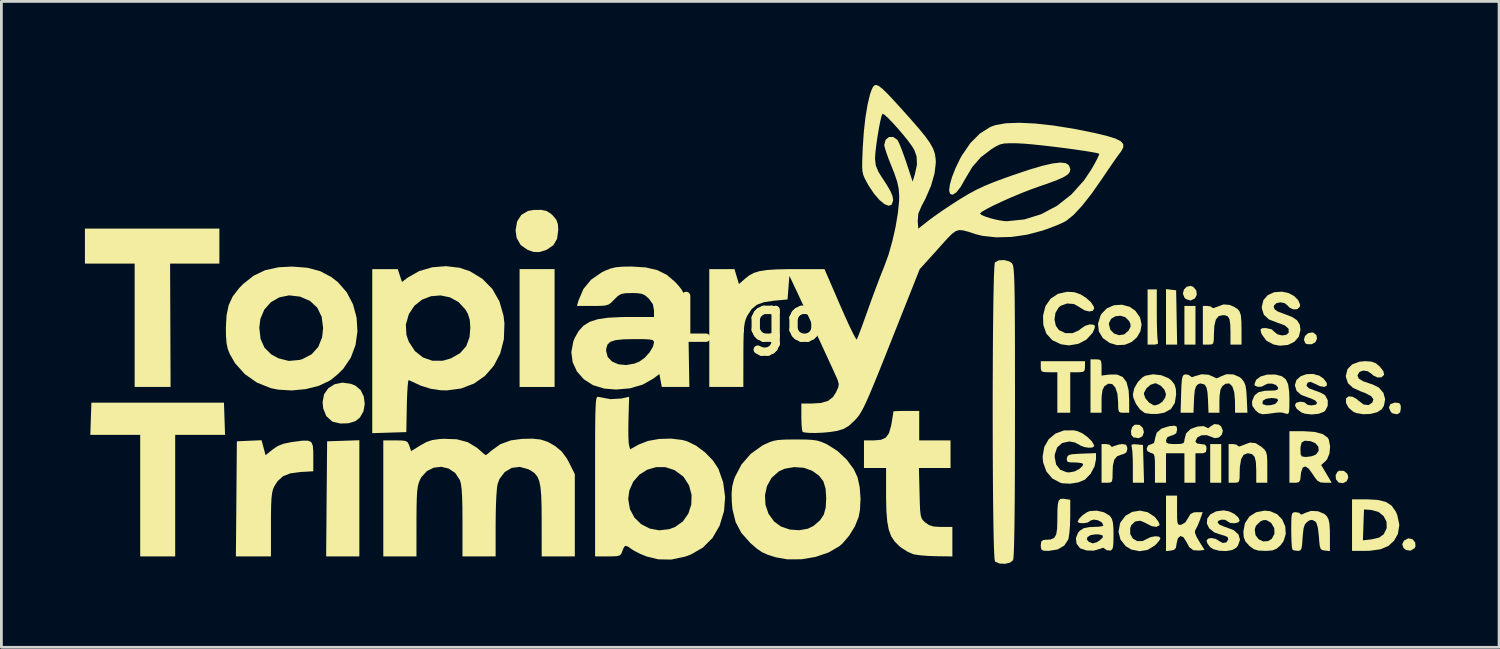
<source format=kicad_pcb>
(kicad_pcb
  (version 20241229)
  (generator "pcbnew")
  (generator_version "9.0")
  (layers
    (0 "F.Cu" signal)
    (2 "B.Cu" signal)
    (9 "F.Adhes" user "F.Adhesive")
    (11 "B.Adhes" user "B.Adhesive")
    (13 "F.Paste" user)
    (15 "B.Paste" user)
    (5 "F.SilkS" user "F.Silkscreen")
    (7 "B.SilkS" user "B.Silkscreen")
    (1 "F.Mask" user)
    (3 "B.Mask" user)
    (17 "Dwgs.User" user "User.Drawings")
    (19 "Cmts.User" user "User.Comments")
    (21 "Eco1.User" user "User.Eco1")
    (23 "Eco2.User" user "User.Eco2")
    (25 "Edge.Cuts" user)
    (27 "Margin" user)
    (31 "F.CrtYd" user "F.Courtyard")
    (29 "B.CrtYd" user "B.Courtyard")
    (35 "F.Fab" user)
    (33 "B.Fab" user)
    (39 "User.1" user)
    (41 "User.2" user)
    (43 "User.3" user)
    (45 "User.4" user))
  (footprint "Logo"
    (layer "F.Cu")
    (at 23.879 8.401)
    (property "Reference" "Logo" (at 0 0 0) (layer "F.SilkS") (effects (font (size 1.5 1.5) (thickness 0.3))))
    (attr board_only exclude_from_pos_files exclude_from_bom)
    (fp_poly (pts (xy -14.023 6.447) (xy -14.023 8.533) (xy -14.619 8.533) (xy -15.215 8.533) (xy -15.198 6.466) (xy -15.18 4.399) (xy -14.602 4.38) (xy -14.023 4.36)) (stroke (width 0) (type solid)) (fill yes) (layer "F.SilkS"))
    (fp_poly (pts (xy -7.011 0.331) (xy -7.011 2.447) (xy -7.64 2.447) (xy -8.268 2.447) (xy -8.268 0.331) (xy -8.268 -1.786) (xy -7.64 -1.786) (xy -7.011 -1.786)) (stroke (width 0) (type solid)) (fill yes) (layer "F.SilkS"))
    (fp_poly (pts (xy 15.131 -1.046) (xy 15.313 -1.025) (xy 15.331 -0.05) (xy 15.349 0.926) (xy 15.149 0.926) (xy 14.949 0.926) (xy 14.949 -0.071) (xy 14.949 -1.067)) (stroke (width 0) (type solid)) (fill yes) (layer "F.SilkS"))
    (fp_poly (pts (xy 16.007 0.232) (xy 16.007 0.926) (xy 15.809 0.926) (xy 15.61 0.926) (xy 15.61 0.232) (xy 15.61 -0.463) (xy 15.809 -0.463) (xy 16.007 -0.463)) (stroke (width 0) (type solid)) (fill yes) (layer "F.SilkS"))
    (fp_poly (pts (xy 16.933 5.192) (xy 16.933 5.887) (xy 16.735 5.887) (xy 16.536 5.887) (xy 16.536 5.192) (xy 16.536 4.498) (xy 16.735 4.498) (xy 16.933 4.498)) (stroke (width 0) (type solid)) (fill yes) (layer "F.SilkS"))
    (fp_poly (pts (xy 13.995 3.807) (xy 14.116 3.914) (xy 14.155 4.069) (xy 14.104 4.219) (xy 13.968 4.287) (xy 13.777 4.256) (xy 13.775 4.256) (xy 13.701 4.166) (xy 13.691 4.022) (xy 13.738 3.881) (xy 13.828 3.802)) (stroke (width 0) (type solid)) (fill yes) (layer "F.SilkS"))
    (fp_poly (pts (xy 21.337 5.461) (xy 21.461 5.564) (xy 21.497 5.694) (xy 21.442 5.83) (xy 21.312 5.902) (xy 21.159 5.884) (xy 21.148 5.878) (xy 21.053 5.765) (xy 21.04 5.618) (xy 21.106 5.493) (xy 21.17 5.456)) (stroke (width 0) (type solid)) (fill yes) (layer "F.SilkS"))
    (fp_poly (pts (xy 23.805 7.917) (xy 23.896 8.028) (xy 23.911 8.168) (xy 23.875 8.239) (xy 23.73 8.326) (xy 23.567 8.302) (xy 23.477 8.23) (xy 23.433 8.094) (xy 23.495 7.967) (xy 23.641 7.888) (xy 23.666 7.884)) (stroke (width 0) (type solid)) (fill yes) (layer "F.SilkS"))
    (fp_poly (pts (xy 15.925 -1.15) (xy 16.037 -1.02) (xy 16.054 -0.867) (xy 15.987 -0.733) (xy 15.846 -0.664) (xy 15.809 -0.661) (xy 15.669 -0.709) (xy 15.613 -0.757) (xy 15.555 -0.905) (xy 15.591 -1.049) (xy 15.693 -1.154) (xy 15.832 -1.184)) (stroke (width 0) (type solid)) (fill yes) (layer "F.SilkS"))
    (fp_poly (pts (xy 20.241 0.496) (xy 20.35 0.583) (xy 20.372 0.714) (xy 20.314 0.839) (xy 20.186 0.91) (xy 20.172 0.913) (xy 20.028 0.911) (xy 19.957 0.885) (xy 19.901 0.755) (xy 19.94 0.62) (xy 20.048 0.517) (xy 20.196 0.487)) (stroke (width 0) (type solid)) (fill yes) (layer "F.SilkS"))
    (fp_poly (pts (xy 23.325 3.026) (xy 23.377 3.104) (xy 23.383 3.208) (xy 23.358 3.36) (xy 23.268 3.422) (xy 23.244 3.426) (xy 23.094 3.399) (xy 23.024 3.347) (xy 22.955 3.192) (xy 23.002 3.069) (xy 23.152 3.011) (xy 23.185 3.01)) (stroke (width 0) (type solid)) (fill yes) (layer "F.SilkS"))
    (fp_poly (pts (xy 13.898 4.51) (xy 14.122 4.531) (xy 14.141 5.209) (xy 14.16 5.887) (xy 13.959 5.887) (xy 13.758 5.887) (xy 13.758 5.297) (xy 13.754 5.019) (xy 13.742 4.784) (xy 13.724 4.629) (xy 13.716 4.598) (xy 13.709 4.525) (xy 13.786 4.503)) (stroke (width 0) (type solid)) (fill yes) (layer "F.SilkS"))
    (fp_poly (pts (xy 14.618 -0.171) (xy 14.621 0.166) (xy 14.629 0.461) (xy 14.641 0.685) (xy 14.655 0.811) (xy 14.658 0.821) (xy 14.658 0.896) (xy 14.562 0.924) (xy 14.493 0.926) (xy 14.287 0.926) (xy 14.287 -0.066) (xy 14.287 -1.058) (xy 14.453 -1.058) (xy 14.618 -1.058)) (stroke (width 0) (type solid)) (fill yes) (layer "F.SilkS"))
    (fp_poly (pts (xy -19.05 -2.613) (xy -19.05 -1.984) (xy -19.935 -1.984) (xy -20.82 -1.984) (xy -20.811 0.231) (xy -20.803 2.447) (xy -21.448 2.447) (xy -22.093 2.447) (xy -22.093 0.232) (xy -22.093 -1.984) (xy -22.986 -1.984) (xy -23.879 -1.984) (xy -23.879 -2.613) (xy -23.879 -3.241) (xy -21.464 -3.241) (xy -19.05 -3.241)) (stroke (width 0) (type solid)) (fill yes) (layer "F.SilkS"))
    (fp_poly (pts (xy -18.866 3.588) (xy -18.846 4.167) (xy -19.742 4.167) (xy -20.637 4.167) (xy -20.637 6.35) (xy -20.637 8.533) (xy -21.266 8.533) (xy -21.894 8.533) (xy -21.894 6.35) (xy -21.894 4.167) (xy -22.79 4.167) (xy -23.685 4.167) (xy -23.666 3.588) (xy -23.647 3.01) (xy -21.266 3.01) (xy -18.885 3.01)) (stroke (width 0) (type solid)) (fill yes) (layer "F.SilkS"))
    (fp_poly (pts (xy -14.327 2.334) (xy -14.166 2.398) (xy -13.974 2.561) (xy -13.862 2.794) (xy -13.829 3.06) (xy -13.876 3.323) (xy -14.003 3.547) (xy -14.165 3.676) (xy -14.416 3.751) (xy -14.704 3.76) (xy -14.961 3.701) (xy -15.008 3.678) (xy -15.212 3.492) (xy -15.322 3.214) (xy -15.343 2.988) (xy -15.289 2.708) (xy -15.136 2.491) (xy -14.909 2.348) (xy -14.631 2.291)) (stroke (width 0) (type solid)) (fill yes) (layer "F.SilkS"))
    (fp_poly (pts (xy 12.039 1.72) (xy 12.028 1.847) (xy 11.971 1.904) (xy 11.831 1.918) (xy 11.774 1.918) (xy 11.509 1.918) (xy 11.509 2.646) (xy 11.509 3.373) (xy 11.278 3.373) (xy 11.046 3.373) (xy 11.046 2.646) (xy 11.046 1.918) (xy 10.749 1.918) (xy 10.566 1.912) (xy 10.479 1.879) (xy 10.453 1.795) (xy 10.451 1.72) (xy 10.451 1.521) (xy 11.245 1.521) (xy 12.039 1.521)) (stroke (width 0) (type solid)) (fill yes) (layer "F.SilkS"))
    (fp_poly (pts (xy -7.304 -3.875) (xy -7.153 -3.783) (xy -7.073 -3.709) (xy -6.947 -3.558) (xy -6.891 -3.396) (xy -6.879 -3.195) (xy -6.921 -2.876) (xy -7.053 -2.646) (xy -7.286 -2.486) (xy -7.316 -2.473) (xy -7.556 -2.397) (xy -7.764 -2.402) (xy -7.982 -2.478) (xy -8.228 -2.651) (xy -8.374 -2.905) (xy -8.412 -3.181) (xy -8.356 -3.499) (xy -8.204 -3.734) (xy -7.965 -3.875) (xy -7.761 -3.911) (xy -7.491 -3.913)) (stroke (width 0) (type solid)) (fill yes) (layer "F.SilkS"))
    (fp_poly (pts (xy 12.924 4.521) (xy 12.965 4.566) (xy 13.005 4.601) (xy 13.093 4.566) (xy 13.261 4.512) (xy 13.39 4.498) (xy 13.518 4.524) (xy 13.559 4.626) (xy 13.56 4.665) (xy 13.531 4.792) (xy 13.42 4.858) (xy 13.359 4.872) (xy 13.194 4.935) (xy 13.092 5.057) (xy 13.042 5.265) (xy 13.031 5.519) (xy 13.028 5.728) (xy 13.006 5.838) (xy 12.949 5.88) (xy 12.84 5.887) (xy 12.832 5.887) (xy 12.634 5.887) (xy 12.634 5.192) (xy 12.634 4.498) (xy 12.799 4.498)) (stroke (width 0) (type solid)) (fill yes) (layer "F.SilkS"))
    (fp_poly (pts (xy 11.313 6.469) (xy 11.509 6.497) (xy 11.509 7.108) (xy 11.501 7.407) (xy 11.48 7.678) (xy 11.45 7.879) (xy 11.436 7.93) (xy 11.295 8.144) (xy 11.056 8.283) (xy 10.738 8.334) (xy 10.719 8.334) (xy 10.548 8.327) (xy 10.471 8.285) (xy 10.452 8.182) (xy 10.451 8.136) (xy 10.469 7.994) (xy 10.544 7.942) (xy 10.621 7.937) (xy 10.808 7.924) (xy 10.932 7.868) (xy 11.004 7.748) (xy 11.038 7.54) (xy 11.046 7.225) (xy 11.046 7.213) (xy 11.049 6.881) (xy 11.063 6.661) (xy 11.095 6.531) (xy 11.153 6.471) (xy 11.245 6.461)) (stroke (width 0) (type solid)) (fill yes) (layer "F.SilkS"))
    (fp_poly (pts (xy 22.558 6.504) (xy 22.845 6.575) (xy 23.051 6.709) (xy 23.198 6.917) (xy 23.254 7.044) (xy 23.329 7.399) (xy 23.277 7.726) (xy 23.138 7.972) (xy 22.929 8.161) (xy 22.645 8.278) (xy 22.268 8.33) (xy 22.095 8.334) (xy 21.63 8.334) (xy 21.63 7.955) (xy 22.021 7.955) (xy 22.335 7.92) (xy 22.605 7.856) (xy 22.768 7.738) (xy 22.875 7.517) (xy 22.87 7.29) (xy 22.766 7.087) (xy 22.579 6.935) (xy 22.324 6.865) (xy 22.06 6.846) (xy 22.04 7.401) (xy 22.021 7.955) (xy 21.63 7.955) (xy 21.63 7.408) (xy 21.63 6.482) (xy 22.168 6.482)) (stroke (width 0) (type solid)) (fill yes) (layer "F.SilkS"))
    (fp_poly (pts (xy -17.463 4.628) (xy -17.391 4.897) (xy -17.136 4.692) (xy -16.957 4.57) (xy -16.757 4.489) (xy -16.487 4.432) (xy -16.384 4.417) (xy -16.073 4.377) (xy -15.87 4.375) (xy -15.751 4.427) (xy -15.695 4.55) (xy -15.678 4.763) (xy -15.677 4.951) (xy -15.677 5.475) (xy -16.137 5.501) (xy -16.501 5.549) (xy -16.767 5.655) (xy -16.964 5.834) (xy -17.082 6.024) (xy -17.126 6.129) (xy -17.157 6.262) (xy -17.178 6.445) (xy -17.191 6.7) (xy -17.197 7.047) (xy -17.198 7.392) (xy -17.198 8.533) (xy -17.827 8.533) (xy -18.457 8.533) (xy -18.439 6.466) (xy -18.422 4.399) (xy -17.978 4.379) (xy -17.535 4.36)) (stroke (width 0) (type solid)) (fill yes) (layer "F.SilkS"))
    (fp_poly (pts (xy 12.558 1.464) (xy 12.616 1.515) (xy 12.633 1.644) (xy 12.634 1.747) (xy 12.634 2.038) (xy 12.902 2.002) (xy 13.186 2) (xy 13.393 2.087) (xy 13.531 2.272) (xy 13.606 2.564) (xy 13.626 2.914) (xy 13.626 3.373) (xy 13.428 3.373) (xy 13.316 3.368) (xy 13.257 3.33) (xy 13.233 3.228) (xy 13.229 3.03) (xy 13.229 2.991) (xy 13.202 2.686) (xy 13.127 2.465) (xy 13.016 2.342) (xy 12.877 2.328) (xy 12.738 2.419) (xy 12.671 2.547) (xy 12.638 2.773) (xy 12.634 2.948) (xy 12.634 3.373) (xy 12.435 3.373) (xy 12.237 3.373) (xy 12.237 2.414) (xy 12.237 1.455) (xy 12.435 1.455)) (stroke (width 0) (type solid)) (fill yes) (layer "F.SilkS"))
    (fp_poly (pts (xy 17.237 -0.499) (xy 17.392 -0.432) (xy 17.513 -0.357) (xy 17.592 -0.264) (xy 17.637 -0.124) (xy 17.656 0.092) (xy 17.661 0.402) (xy 17.661 0.926) (xy 17.462 0.926) (xy 17.264 0.926) (xy 17.264 0.502) (xy 17.257 0.205) (xy 17.23 0.017) (xy 17.172 -0.086) (xy 17.074 -0.127) (xy 16.991 -0.132) (xy 16.839 -0.095) (xy 16.739 0.028) (xy 16.684 0.25) (xy 16.669 0.567) (xy 16.665 0.773) (xy 16.643 0.88) (xy 16.584 0.92) (xy 16.47 0.926) (xy 16.272 0.926) (xy 16.272 0.232) (xy 16.272 -0.463) (xy 16.437 -0.463) (xy 16.562 -0.442) (xy 16.603 -0.401) (xy 16.652 -0.384) (xy 16.773 -0.428) (xy 16.785 -0.433) (xy 17.019 -0.518)) (stroke (width 0) (type solid)) (fill yes) (layer "F.SilkS"))
    (fp_poly (pts (xy 18.167 4.465) (xy 18.378 4.599) (xy 18.383 4.603) (xy 18.483 4.693) (xy 18.543 4.781) (xy 18.574 4.902) (xy 18.585 5.091) (xy 18.587 5.331) (xy 18.587 5.887) (xy 18.389 5.887) (xy 18.19 5.887) (xy 18.19 5.437) (xy 18.177 5.142) (xy 18.129 4.956) (xy 18.037 4.859) (xy 17.889 4.829) (xy 17.878 4.829) (xy 17.738 4.881) (xy 17.647 5.042) (xy 17.601 5.319) (xy 17.595 5.527) (xy 17.591 5.734) (xy 17.569 5.841) (xy 17.51 5.881) (xy 17.396 5.887) (xy 17.198 5.887) (xy 17.198 5.192) (xy 17.198 4.498) (xy 17.363 4.498) (xy 17.488 4.521) (xy 17.529 4.566) (xy 17.579 4.586) (xy 17.706 4.542) (xy 17.724 4.533) (xy 17.964 4.444)) (stroke (width 0) (type solid)) (fill yes) (layer "F.SilkS"))
    (fp_poly (pts (xy 13.644 -0.432) (xy 13.849 -0.289) (xy 14.017 -0.047) (xy 14.072 0.206) (xy 14.029 0.45) (xy 13.904 0.665) (xy 13.712 0.833) (xy 13.47 0.932) (xy 13.191 0.945) (xy 12.93 0.869) (xy 12.68 0.692) (xy 12.536 0.452) (xy 12.509 0.194) (xy 12.898 0.194) (xy 12.951 0.394) (xy 13.085 0.529) (xy 13.262 0.588) (xy 13.446 0.559) (xy 13.599 0.429) (xy 13.604 0.422) (xy 13.677 0.285) (xy 13.668 0.172) (xy 13.62 0.075) (xy 13.486 -0.059) (xy 13.308 -0.112) (xy 13.126 -0.09) (xy 12.977 -0.000158) (xy 12.901 0.152) (xy 12.898 0.194) (xy 12.509 0.194) (xy 12.507 0.173) (xy 12.598 -0.12) (xy 12.629 -0.175) (xy 12.822 -0.376) (xy 13.08 -0.488) (xy 13.366 -0.507)) (stroke (width 0) (type solid)) (fill yes) (layer "F.SilkS"))
    (fp_poly (pts (xy 15.346 6.884) (xy 15.348 7.147) (xy 15.358 7.304) (xy 15.385 7.38) (xy 15.436 7.401) (xy 15.495 7.396) (xy 15.64 7.313) (xy 15.738 7.16) (xy 15.827 7.01) (xy 15.945 6.952) (xy 16.049 6.945) (xy 16.266 6.945) (xy 16.169 7.221) (xy 16.093 7.41) (xy 16.022 7.552) (xy 16.003 7.579) (xy 15.984 7.67) (xy 16.043 7.824) (xy 16.134 7.982) (xy 16.333 8.301) (xy 16.133 8.322) (xy 15.931 8.309) (xy 15.786 8.203) (xy 15.676 8.001) (xy 15.571 7.839) (xy 15.462 7.801) (xy 15.374 7.884) (xy 15.333 8.053) (xy 15.306 8.22) (xy 15.241 8.297) (xy 15.131 8.322) (xy 14.949 8.343) (xy 14.949 7.347) (xy 14.949 6.35) (xy 15.147 6.35) (xy 15.346 6.35)) (stroke (width 0) (type solid)) (fill yes) (layer "F.SilkS"))
    (fp_poly (pts (xy 14.289 6.945) (xy 14.534 7.105) (xy 14.571 7.143) (xy 14.676 7.284) (xy 14.719 7.39) (xy 14.715 7.412) (xy 14.609 7.471) (xy 14.441 7.449) (xy 14.25 7.353) (xy 14.231 7.339) (xy 14.029 7.251) (xy 13.843 7.277) (xy 13.705 7.407) (xy 13.664 7.51) (xy 13.663 7.728) (xy 13.759 7.893) (xy 13.919 7.984) (xy 14.114 7.98) (xy 14.258 7.907) (xy 14.396 7.84) (xy 14.556 7.81) (xy 14.69 7.82) (xy 14.75 7.873) (xy 14.751 7.878) (xy 14.706 7.965) (xy 14.594 8.095) (xy 14.545 8.142) (xy 14.289 8.298) (xy 13.994 8.346) (xy 13.701 8.286) (xy 13.501 8.165) (xy 13.314 7.929) (xy 13.243 7.649) (xy 13.296 7.354) (xy 13.317 7.305) (xy 13.493 7.073) (xy 13.735 6.934) (xy 14.011 6.889)) (stroke (width 0) (type solid)) (fill yes) (layer "F.SilkS"))
    (fp_poly (pts (xy 18.683 6.907) (xy 18.938 7.015) (xy 19.124 7.208) (xy 19.232 7.456) (xy 19.25 7.726) (xy 19.171 7.986) (xy 19.055 8.141) (xy 18.918 8.258) (xy 18.776 8.316) (xy 18.574 8.334) (xy 18.5 8.334) (xy 18.267 8.323) (xy 18.107 8.275) (xy 17.964 8.171) (xy 17.933 8.142) (xy 17.799 7.994) (xy 17.74 7.839) (xy 17.727 7.641) (xy 17.742 7.565) (xy 18.136 7.565) (xy 18.164 7.769) (xy 18.278 7.918) (xy 18.442 7.996) (xy 18.623 7.981) (xy 18.748 7.9) (xy 18.844 7.721) (xy 18.837 7.518) (xy 18.733 7.341) (xy 18.679 7.298) (xy 18.541 7.225) (xy 18.428 7.234) (xy 18.331 7.282) (xy 18.177 7.435) (xy 18.136 7.565) (xy 17.742 7.565) (xy 17.785 7.337) (xy 17.944 7.1) (xy 18.185 6.946) (xy 18.488 6.889)) (stroke (width 0) (type solid)) (fill yes) (layer "F.SilkS"))
    (fp_poly (pts (xy 14.777 2.025) (xy 15.037 2.131) (xy 15.139 2.21) (xy 15.252 2.353) (xy 15.303 2.52) (xy 15.313 2.712) (xy 15.266 3.022) (xy 15.124 3.241) (xy 14.884 3.372) (xy 14.641 3.415) (xy 14.417 3.416) (xy 14.227 3.392) (xy 14.172 3.375) (xy 14.014 3.253) (xy 13.871 3.055) (xy 13.777 2.835) (xy 13.759 2.712) (xy 13.762 2.7) (xy 14.155 2.7) (xy 14.209 2.855) (xy 14.337 3.004) (xy 14.492 3.098) (xy 14.555 3.109) (xy 14.697 3.064) (xy 14.817 2.977) (xy 14.916 2.833) (xy 14.949 2.712) (xy 14.893 2.547) (xy 14.758 2.4) (xy 14.593 2.319) (xy 14.552 2.315) (xy 14.392 2.369) (xy 14.245 2.498) (xy 14.161 2.654) (xy 14.155 2.7) (xy 13.762 2.7) (xy 13.81 2.49) (xy 13.941 2.265) (xy 14.115 2.093) (xy 14.205 2.043) (xy 14.481 1.992)) (stroke (width 0) (type solid)) (fill yes) (layer "F.SilkS"))
    (fp_poly (pts (xy 11.658 -0.956) (xy 11.869 -0.884) (xy 12.08 -0.753) (xy 12.255 -0.594) (xy 12.357 -0.435) (xy 12.369 -0.37) (xy 12.318 -0.287) (xy 12.192 -0.265) (xy 12.031 -0.303) (xy 11.876 -0.395) (xy 11.859 -0.41) (xy 11.645 -0.531) (xy 11.4 -0.552) (xy 11.173 -0.471) (xy 11.096 -0.41) (xy 10.978 -0.214) (xy 10.944 0.023) (xy 10.992 0.249) (xy 11.105 0.404) (xy 11.337 0.514) (xy 11.593 0.515) (xy 11.826 0.41) (xy 11.879 0.364) (xy 12.037 0.254) (xy 12.209 0.2) (xy 12.348 0.213) (xy 12.395 0.253) (xy 12.386 0.339) (xy 12.32 0.484) (xy 12.303 0.514) (xy 12.087 0.749) (xy 11.796 0.899) (xy 11.465 0.954) (xy 11.179 0.915) (xy 10.865 0.767) (xy 10.652 0.534) (xy 10.542 0.22) (xy 10.532 -0.112) (xy 10.618 -0.455) (xy 10.803 -0.722) (xy 11.069 -0.898) (xy 11.4 -0.972)) (stroke (width 0) (type solid)) (fill yes) (layer "F.SilkS"))
    (fp_poly (pts (xy 17.217 6.916) (xy 17.407 7.01) (xy 17.547 7.134) (xy 17.595 7.248) (xy 17.54 7.312) (xy 17.413 7.342) (xy 17.271 7.334) (xy 17.171 7.285) (xy 17.165 7.276) (xy 17.073 7.219) (xy 16.942 7.212) (xy 16.833 7.252) (xy 16.801 7.308) (xy 16.864 7.39) (xy 17.039 7.465) (xy 17.1 7.482) (xy 17.383 7.592) (xy 17.553 7.747) (xy 17.606 7.933) (xy 17.535 8.139) (xy 17.475 8.219) (xy 17.329 8.303) (xy 17.11 8.34) (xy 16.868 8.33) (xy 16.652 8.275) (xy 16.536 8.202) (xy 16.438 8.071) (xy 16.404 7.971) (xy 16.457 7.895) (xy 16.582 7.872) (xy 16.731 7.902) (xy 16.847 7.974) (xy 16.985 8.05) (xy 17.113 8.031) (xy 17.185 7.924) (xy 17.16 7.838) (xy 17.031 7.782) (xy 16.97 7.768) (xy 16.684 7.672) (xy 16.5 7.524) (xy 16.416 7.35) (xy 16.43 7.174) (xy 16.542 7.021) (xy 16.75 6.914) (xy 17.019 6.879)) (stroke (width 0) (type solid)) (fill yes) (layer "F.SilkS"))
    (fp_poly (pts (xy 20.283 4.061) (xy 20.576 4.139) (xy 20.755 4.266) (xy 20.795 4.336) (xy 20.843 4.582) (xy 20.82 4.837) (xy 20.733 5.048) (xy 20.679 5.11) (xy 20.523 5.25) (xy 20.711 5.568) (xy 20.899 5.887) (xy 20.652 5.887) (xy 20.499 5.875) (xy 20.391 5.818) (xy 20.287 5.688) (xy 20.222 5.585) (xy 20.072 5.379) (xy 19.948 5.3) (xy 19.856 5.345) (xy 19.8 5.516) (xy 19.79 5.606) (xy 19.77 5.783) (xy 19.724 5.864) (xy 19.623 5.886) (xy 19.575 5.887) (xy 19.381 5.887) (xy 19.381 4.961) (xy 19.381 4.7) (xy 19.778 4.7) (xy 19.785 4.868) (xy 19.829 4.942) (xy 19.943 4.96) (xy 19.996 4.961) (xy 20.188 4.934) (xy 20.337 4.872) (xy 20.432 4.74) (xy 20.419 4.592) (xy 20.313 4.465) (xy 20.145 4.395) (xy 19.938 4.377) (xy 19.825 4.435) (xy 19.781 4.591) (xy 19.778 4.7) (xy 19.381 4.7) (xy 19.381 4.035) (xy 19.88 4.035)) (stroke (width 0) (type solid)) (fill yes) (layer "F.SilkS"))
    (fp_poly (pts (xy 20.408 6.911) (xy 20.629 7.002) (xy 20.72 7.083) (xy 20.782 7.192) (xy 20.818 7.353) (xy 20.834 7.598) (xy 20.836 7.784) (xy 20.836 8.343) (xy 20.654 8.322) (xy 20.56 8.305) (xy 20.503 8.259) (xy 20.47 8.156) (xy 20.45 7.966) (xy 20.439 7.819) (xy 20.405 7.513) (xy 20.352 7.331) (xy 20.307 7.275) (xy 20.196 7.219) (xy 20.105 7.237) (xy 20.008 7.302) (xy 19.935 7.387) (xy 19.889 7.532) (xy 19.862 7.768) (xy 19.855 7.864) (xy 19.838 8.109) (xy 19.814 8.25) (xy 19.773 8.316) (xy 19.704 8.334) (xy 19.682 8.334) (xy 19.546 8.316) (xy 19.491 8.29) (xy 19.472 8.209) (xy 19.457 8.027) (xy 19.449 7.773) (xy 19.447 7.596) (xy 19.448 7.299) (xy 19.455 7.109) (xy 19.475 7.004) (xy 19.513 6.957) (xy 19.576 6.946) (xy 19.612 6.945) (xy 19.737 6.968) (xy 19.778 7.013) (xy 19.824 7.029) (xy 19.936 6.977) (xy 19.944 6.971) (xy 20.16 6.898)) (stroke (width 0) (type solid)) (fill yes) (layer "F.SilkS"))
    (fp_poly (pts (xy 20.454 2.041) (xy 20.611 2.15) (xy 20.722 2.301) (xy 20.724 2.402) (xy 20.636 2.445) (xy 20.474 2.417) (xy 20.301 2.334) (xy 20.145 2.265) (xy 20.048 2.284) (xy 20.035 2.295) (xy 19.992 2.4) (xy 20.08 2.494) (xy 20.299 2.577) (xy 20.307 2.58) (xy 20.5 2.65) (xy 20.648 2.734) (xy 20.668 2.752) (xy 20.758 2.924) (xy 20.757 3.125) (xy 20.667 3.298) (xy 20.623 3.337) (xy 20.433 3.41) (xy 20.184 3.435) (xy 19.94 3.408) (xy 19.811 3.361) (xy 19.645 3.233) (xy 19.58 3.111) (xy 19.618 3.018) (xy 19.76 2.977) (xy 19.778 2.977) (xy 19.917 2.996) (xy 19.976 3.042) (xy 19.976 3.043) (xy 20.034 3.089) (xy 20.172 3.109) (xy 20.174 3.109) (xy 20.331 3.083) (xy 20.376 3.019) (xy 20.314 2.937) (xy 20.153 2.859) (xy 20.092 2.841) (xy 19.806 2.733) (xy 19.639 2.588) (xy 19.58 2.397) (xy 19.579 2.375) (xy 19.636 2.194) (xy 19.785 2.062) (xy 19.993 1.988) (xy 20.227 1.979)) (stroke (width 0) (type solid)) (fill yes) (layer "F.SilkS"))
    (fp_poly (pts (xy 19.346 -0.927) (xy 19.546 -0.822) (xy 19.695 -0.673) (xy 19.763 -0.515) (xy 19.754 -0.43) (xy 19.663 -0.347) (xy 19.521 -0.34) (xy 19.382 -0.405) (xy 19.327 -0.467) (xy 19.213 -0.562) (xy 19.06 -0.593) (xy 18.916 -0.564) (xy 18.828 -0.479) (xy 18.818 -0.43) (xy 18.851 -0.34) (xy 18.964 -0.262) (xy 19.176 -0.183) (xy 19.472 -0.07) (xy 19.658 0.054) (xy 19.753 0.208) (xy 19.778 0.396) (xy 19.72 0.639) (xy 19.561 0.824) (xy 19.327 0.937) (xy 19.042 0.965) (xy 18.813 0.923) (xy 18.552 0.783) (xy 18.385 0.552) (xy 18.359 0.48) (xy 18.343 0.378) (xy 18.401 0.338) (xy 18.534 0.331) (xy 18.742 0.375) (xy 18.836 0.463) (xy 18.952 0.557) (xy 19.113 0.596) (xy 19.266 0.576) (xy 19.357 0.495) (xy 19.35 0.354) (xy 19.215 0.235) (xy 18.953 0.14) (xy 18.948 0.138) (xy 18.647 0.023) (xy 18.464 -0.146) (xy 18.391 -0.375) (xy 18.389 -0.43) (xy 18.446 -0.671) (xy 18.602 -0.85) (xy 18.834 -0.956) (xy 19.118 -0.975)) (stroke (width 0) (type solid)) (fill yes) (layer "F.SilkS"))
    (fp_poly (pts (xy 22.326 1.536) (xy 22.482 1.593) (xy 22.627 1.715) (xy 22.755 1.878) (xy 22.783 2.004) (xy 22.78 2.012) (xy 22.688 2.1) (xy 22.541 2.106) (xy 22.389 2.032) (xy 22.34 1.984) (xy 22.195 1.882) (xy 22.033 1.858) (xy 21.898 1.906) (xy 21.83 2.023) (xy 21.828 2.05) (xy 21.876 2.149) (xy 22.027 2.241) (xy 22.294 2.334) (xy 22.357 2.351) (xy 22.6 2.473) (xy 22.758 2.662) (xy 22.82 2.89) (xy 22.774 3.125) (xy 22.699 3.244) (xy 22.539 3.352) (xy 22.301 3.414) (xy 22.034 3.426) (xy 21.784 3.384) (xy 21.676 3.338) (xy 21.509 3.197) (xy 21.414 3.022) (xy 21.414 2.861) (xy 21.501 2.786) (xy 21.643 2.796) (xy 21.803 2.884) (xy 21.867 2.943) (xy 22.049 3.078) (xy 22.223 3.097) (xy 22.357 3.01) (xy 22.399 2.89) (xy 22.315 2.776) (xy 22.105 2.665) (xy 21.963 2.614) (xy 21.663 2.479) (xy 21.483 2.309) (xy 21.411 2.092) (xy 21.409 2.039) (xy 21.468 1.807) (xy 21.634 1.637) (xy 21.892 1.54) (xy 22.101 1.521)) (stroke (width 0) (type solid)) (fill yes) (layer "F.SilkS"))
    (fp_poly (pts (xy 17.371 1.997) (xy 17.598 2.095) (xy 17.666 2.155) (xy 17.75 2.264) (xy 17.803 2.396) (xy 17.833 2.587) (xy 17.85 2.849) (xy 17.873 3.373) (xy 17.651 3.373) (xy 17.429 3.373) (xy 17.427 2.95) (xy 17.4 2.636) (xy 17.329 2.423) (xy 17.221 2.32) (xy 17.083 2.334) (xy 16.971 2.419) (xy 16.904 2.547) (xy 16.872 2.773) (xy 16.867 2.948) (xy 16.867 3.373) (xy 16.672 3.373) (xy 16.476 3.373) (xy 16.457 2.901) (xy 16.437 2.631) (xy 16.402 2.464) (xy 16.344 2.372) (xy 16.321 2.355) (xy 16.179 2.318) (xy 16.09 2.355) (xy 16.024 2.43) (xy 15.982 2.572) (xy 15.959 2.809) (xy 15.955 2.901) (xy 15.935 3.373) (xy 15.704 3.373) (xy 15.473 3.373) (xy 15.492 2.696) (xy 15.503 2.388) (xy 15.519 2.188) (xy 15.545 2.071) (xy 15.585 2.015) (xy 15.636 1.995) (xy 15.762 2.012) (xy 15.809 2.051) (xy 15.883 2.097) (xy 15.995 2.057) (xy 16.227 1.991) (xy 16.475 2.007) (xy 16.639 2.077) (xy 16.759 2.136) (xy 16.866 2.099) (xy 16.898 2.077) (xy 17.119 1.989)) (stroke (width 0) (type solid)) (fill yes) (layer "F.SilkS"))
    (fp_poly (pts (xy 9.318 -2.064) (xy 9.416 -1.996) (xy 9.436 -1.965) (xy 9.453 -1.915) (xy 9.468 -1.836) (xy 9.481 -1.72) (xy 9.492 -1.559) (xy 9.501 -1.343) (xy 9.508 -1.064) (xy 9.514 -0.713) (xy 9.518 -0.281) (xy 9.521 0.239) (xy 9.523 0.858) (xy 9.524 1.583) (xy 9.525 2.424) (xy 9.525 3.333) (xy 9.524 4.451) (xy 9.521 5.438) (xy 9.517 6.294) (xy 9.511 7.019) (xy 9.503 7.613) (xy 9.493 8.076) (xy 9.482 8.407) (xy 9.468 8.606) (xy 9.457 8.669) (xy 9.345 8.757) (xy 9.165 8.798) (xy 8.973 8.789) (xy 8.825 8.727) (xy 8.805 8.707) (xy 8.791 8.625) (xy 8.778 8.423) (xy 8.766 8.113) (xy 8.756 7.707) (xy 8.748 7.218) (xy 8.74 6.658) (xy 8.734 6.039) (xy 8.73 5.373) (xy 8.727 4.673) (xy 8.725 3.95) (xy 8.724 3.216) (xy 8.725 2.485) (xy 8.728 1.769) (xy 8.731 1.078) (xy 8.736 0.427) (xy 8.743 -0.174) (xy 8.75 -0.711) (xy 8.76 -1.174) (xy 8.77 -1.548) (xy 8.782 -1.823) (xy 8.795 -1.986) (xy 8.805 -2.026) (xy 8.94 -2.1) (xy 9.131 -2.112)) (stroke (width 0) (type solid)) (fill yes) (layer "F.SilkS"))
    (fp_poly (pts (xy 18.905 2.007) (xy 19.112 2.064) (xy 19.251 2.171) (xy 19.334 2.348) (xy 19.373 2.619) (xy 19.381 2.889) (xy 19.379 3.16) (xy 19.37 3.322) (xy 19.347 3.4) (xy 19.302 3.417) (xy 19.232 3.399) (xy 19.141 3.372) (xy 19.052 3.362) (xy 18.927 3.369) (xy 18.727 3.395) (xy 18.607 3.413) (xy 18.411 3.426) (xy 18.279 3.384) (xy 18.165 3.288) (xy 18.047 3.124) (xy 18.042 3.029) (xy 18.41 3.029) (xy 18.437 3.069) (xy 18.547 3.106) (xy 18.711 3.101) (xy 18.86 3.059) (xy 18.904 3.029) (xy 18.977 2.926) (xy 18.935 2.867) (xy 18.773 2.845) (xy 18.726 2.844) (xy 18.543 2.872) (xy 18.429 2.94) (xy 18.41 3.029) (xy 18.042 3.029) (xy 18.038 2.967) (xy 18.123 2.758) (xy 18.268 2.636) (xy 18.5 2.584) (xy 18.635 2.58) (xy 18.843 2.574) (xy 18.946 2.549) (xy 18.975 2.496) (xy 18.972 2.464) (xy 18.897 2.375) (xy 18.752 2.326) (xy 18.595 2.329) (xy 18.5 2.376) (xy 18.383 2.436) (xy 18.247 2.443) (xy 18.145 2.401) (xy 18.124 2.353) (xy 18.184 2.192) (xy 18.345 2.071) (xy 18.579 2.003) (xy 18.857 2.001)) (stroke (width 0) (type solid)) (fill yes) (layer "F.SilkS"))
    (fp_poly (pts (xy 6.085 3.836) (xy 6.085 4.366) (xy 6.648 4.366) (xy 7.21 4.366) (xy 7.21 4.862) (xy 7.21 5.358) (xy 6.643 5.358) (xy 6.075 5.358) (xy 6.097 6.257) (xy 6.106 6.617) (xy 6.118 6.87) (xy 6.136 7.039) (xy 6.165 7.15) (xy 6.21 7.226) (xy 6.277 7.291) (xy 6.304 7.315) (xy 6.444 7.411) (xy 6.608 7.46) (xy 6.847 7.474) (xy 6.883 7.474) (xy 7.276 7.474) (xy 7.276 8.004) (xy 7.276 8.533) (xy 6.697 8.526) (xy 6.399 8.515) (xy 6.122 8.493) (xy 5.914 8.463) (xy 5.876 8.455) (xy 5.681 8.372) (xy 5.461 8.235) (xy 5.365 8.16) (xy 5.202 7.996) (xy 5.079 7.809) (xy 4.993 7.578) (xy 4.937 7.282) (xy 4.906 6.901) (xy 4.895 6.412) (xy 4.895 6.305) (xy 4.895 5.358) (xy 4.498 5.358) (xy 4.101 5.358) (xy 4.101 4.862) (xy 4.101 4.366) (xy 4.455 4.366) (xy 4.711 4.345) (xy 4.885 4.266) (xy 4.998 4.109) (xy 5.073 3.849) (xy 5.095 3.73) (xy 5.129 3.521) (xy 5.152 3.373) (xy 5.159 3.324) (xy 5.22 3.316) (xy 5.379 3.31) (xy 5.604 3.307) (xy 5.622 3.307) (xy 6.085 3.307)) (stroke (width 0) (type solid)) (fill yes) (layer "F.SilkS"))
    (fp_poly (pts (xy 11.764 4.032) (xy 11.949 4.115) (xy 12.136 4.25) (xy 12.288 4.403) (xy 12.366 4.541) (xy 12.369 4.569) (xy 12.315 4.619) (xy 12.182 4.63) (xy 12.02 4.606) (xy 11.874 4.551) (xy 11.825 4.518) (xy 11.674 4.44) (xy 11.479 4.405) (xy 11.472 4.405) (xy 11.218 4.461) (xy 11.041 4.617) (xy 10.956 4.862) (xy 10.95 4.961) (xy 11.002 5.232) (xy 11.149 5.419) (xy 11.379 5.51) (xy 11.472 5.517) (xy 11.659 5.482) (xy 11.833 5.395) (xy 11.949 5.284) (xy 11.972 5.215) (xy 11.913 5.182) (xy 11.763 5.162) (xy 11.67 5.159) (xy 11.486 5.153) (xy 11.401 5.123) (xy 11.385 5.051) (xy 11.389 5.011) (xy 11.41 4.935) (xy 11.466 4.889) (xy 11.584 4.863) (xy 11.794 4.848) (xy 11.923 4.842) (xy 12.435 4.823) (xy 12.435 5.041) (xy 12.381 5.304) (xy 12.24 5.566) (xy 12.046 5.767) (xy 12.025 5.781) (xy 11.797 5.875) (xy 11.511 5.92) (xy 11.236 5.908) (xy 11.155 5.888) (xy 10.862 5.731) (xy 10.651 5.48) (xy 10.535 5.156) (xy 10.517 4.948) (xy 10.576 4.603) (xy 10.737 4.322) (xy 10.982 4.118) (xy 11.288 4.008) (xy 11.637 4.005)) (stroke (width 0) (type solid)) (fill yes) (layer "F.SilkS"))
    (fp_poly (pts (xy 12.718 6.947) (xy 12.919 7.065) (xy 12.939 7.086) (xy 13.005 7.185) (xy 13.043 7.326) (xy 13.061 7.541) (xy 13.064 7.761) (xy 13.06 8.03) (xy 13.046 8.194) (xy 13.015 8.281) (xy 12.961 8.318) (xy 12.939 8.323) (xy 12.813 8.307) (xy 12.766 8.268) (xy 12.692 8.222) (xy 12.58 8.261) (xy 12.354 8.326) (xy 12.096 8.319) (xy 11.876 8.245) (xy 11.855 8.231) (xy 11.735 8.076) (xy 11.719 7.929) (xy 12.106 7.929) (xy 12.178 8.009) (xy 12.317 8.064) (xy 12.458 8.026) (xy 12.553 7.967) (xy 12.677 7.855) (xy 12.675 7.781) (xy 12.546 7.744) (xy 12.433 7.739) (xy 12.244 7.767) (xy 12.128 7.838) (xy 12.106 7.929) (xy 11.719 7.929) (xy 11.713 7.877) (xy 11.79 7.681) (xy 11.853 7.609) (xy 11.997 7.519) (xy 12.202 7.479) (xy 12.349 7.474) (xy 12.544 7.465) (xy 12.672 7.442) (xy 12.7 7.422) (xy 12.644 7.312) (xy 12.511 7.236) (xy 12.355 7.21) (xy 12.229 7.248) (xy 12.204 7.276) (xy 12.123 7.32) (xy 11.986 7.34) (xy 11.852 7.334) (xy 11.777 7.3) (xy 11.774 7.289) (xy 11.826 7.182) (xy 11.951 7.055) (xy 12.105 6.948) (xy 12.206 6.906) (xy 12.461 6.889)) (stroke (width 0) (type solid)) (fill yes) (layer "F.SilkS"))
    (fp_poly (pts (xy -15.892 -1.835) (xy -15.431 -1.713) (xy -15.029 -1.501) (xy -14.794 -1.318) (xy -14.475 -0.953) (xy -14.25 -0.52) (xy -14.122 -0.044) (xy -14.091 0.45) (xy -14.159 0.938) (xy -14.329 1.394) (xy -14.6 1.794) (xy -14.609 1.804) (xy -14.803 1.994) (xy -15.014 2.168) (xy -15.097 2.226) (xy -15.485 2.408) (xy -15.949 2.525) (xy -16.446 2.572) (xy -16.934 2.544) (xy -17.203 2.489) (xy -17.702 2.29) (xy -18.136 1.986) (xy -18.488 1.593) (xy -18.679 1.26) (xy -18.751 1.075) (xy -18.793 0.871) (xy -18.813 0.609) (xy -18.816 0.331) (xy -18.816 0.318) (xy -17.616 0.318) (xy -17.571 0.72) (xy -17.43 1.036) (xy -17.185 1.278) (xy -16.931 1.417) (xy -16.556 1.512) (xy -16.166 1.476) (xy -16.067 1.446) (xy -15.735 1.272) (xy -15.498 1.008) (xy -15.36 0.662) (xy -15.324 0.331) (xy -15.377 -0.075) (xy -15.534 -0.4) (xy -15.793 -0.641) (xy -16.152 -0.797) (xy -16.159 -0.799) (xy -16.547 -0.843) (xy -16.902 -0.77) (xy -17.204 -0.594) (xy -17.437 -0.331) (xy -17.579 0.007) (xy -17.616 0.318) (xy -18.816 0.318) (xy -18.793 -0.124) (xy -18.717 -0.489) (xy -18.573 -0.8) (xy -18.348 -1.094) (xy -18.2 -1.248) (xy -17.826 -1.546) (xy -17.41 -1.745) (xy -16.928 -1.852) (xy -16.437 -1.877)) (stroke (width 0) (type solid)) (fill yes) (layer "F.SilkS"))
    (fp_poly (pts (xy -10.421 -1.834) (xy -10.048 -1.708) (xy -9.6 -1.434) (xy -9.245 -1.07) (xy -8.992 -0.626) (xy -8.844 -0.11) (xy -8.812 0.167) (xy -8.832 0.731) (xy -8.962 1.239) (xy -9.191 1.681) (xy -9.508 2.047) (xy -9.903 2.324) (xy -10.366 2.502) (xy -10.885 2.571) (xy -11.109 2.565) (xy -11.457 2.513) (xy -11.812 2.402) (xy -12.218 2.215) (xy -12.252 2.198) (xy -12.27 2.251) (xy -12.287 2.414) (xy -12.303 2.664) (xy -12.315 2.978) (xy -12.318 3.12) (xy -12.336 4.068) (xy -12.948 4.087) (xy -13.56 4.106) (xy -13.56 1.16) (xy -13.56 0.207) (xy -12.353 0.207) (xy -12.332 0.577) (xy -12.244 0.827) (xy -12.026 1.159) (xy -11.737 1.388) (xy -11.397 1.506) (xy -11.024 1.504) (xy -10.732 1.42) (xy -10.403 1.231) (xy -10.183 0.98) (xy -10.064 0.653) (xy -10.037 0.311) (xy -10.058 0.032) (xy -10.127 -0.184) (xy -10.212 -0.332) (xy -10.462 -0.603) (xy -10.769 -0.772) (xy -11.106 -0.841) (xy -11.448 -0.813) (xy -11.769 -0.689) (xy -12.044 -0.472) (xy -12.244 -0.171) (xy -12.353 0.207) (xy -13.56 0.207) (xy -13.56 -1.786) (xy -13.102 -1.786) (xy -12.644 -1.786) (xy -12.568 -1.555) (xy -12.492 -1.324) (xy -12.282 -1.483) (xy -11.876 -1.714) (xy -11.407 -1.851) (xy -10.911 -1.892)) (stroke (width 0) (type solid)) (fill yes) (layer "F.SilkS"))
    (fp_poly (pts (xy 1.993 4.335) (xy 2.236 4.347) (xy 2.418 4.373) (xy 2.576 4.421) (xy 2.744 4.495) (xy 2.792 4.518) (xy 3.154 4.749) (xy 3.479 5.055) (xy 3.735 5.401) (xy 3.87 5.689) (xy 3.948 6.047) (xy 3.978 6.461) (xy 3.957 6.867) (xy 3.911 7.112) (xy 3.778 7.448) (xy 3.571 7.786) (xy 3.328 8.071) (xy 3.219 8.165) (xy 2.827 8.393) (xy 2.358 8.552) (xy 1.852 8.636) (xy 1.348 8.638) (xy 0.939 8.566) (xy 0.655 8.478) (xy 0.443 8.383) (xy 0.251 8.252) (xy 0.024 8.055) (xy 0.018 8.048) (xy -0.301 7.691) (xy -0.51 7.297) (xy -0.623 6.836) (xy -0.646 6.582) (xy -0.652 6.338) (xy 0.545 6.338) (xy 0.563 6.679) (xy 0.672 7.001) (xy 0.871 7.277) (xy 1.124 7.462) (xy 1.438 7.568) (xy 1.774 7.593) (xy 2.088 7.537) (xy 2.297 7.432) (xy 2.522 7.236) (xy 2.659 7.031) (xy 2.727 6.777) (xy 2.745 6.449) (xy 2.722 6.096) (xy 2.643 5.836) (xy 2.49 5.636) (xy 2.247 5.461) (xy 2.243 5.458) (xy 1.944 5.35) (xy 1.598 5.325) (xy 1.26 5.382) (xy 1.046 5.477) (xy 0.785 5.709) (xy 0.618 6.005) (xy 0.545 6.338) (xy -0.652 6.338) (xy -0.653 6.262) (xy -0.631 6.015) (xy -0.571 5.783) (xy -0.533 5.679) (xy -0.298 5.231) (xy 0.037 4.847) (xy 0.445 4.554) (xy 0.515 4.518) (xy 0.692 4.437) (xy 0.848 4.383) (xy 1.021 4.352) (xy 1.245 4.337) (xy 1.557 4.333) (xy 1.654 4.333)) (stroke (width 0) (type solid)) (fill yes) (layer "F.SilkS"))
    (fp_poly (pts (xy 16.844 3.798) (xy 16.931 3.866) (xy 16.991 4.018) (xy 16.953 4.162) (xy 16.846 4.263) (xy 16.699 4.286) (xy 16.604 4.249) (xy 16.408 4.177) (xy 16.218 4.184) (xy 16.072 4.261) (xy 16.008 4.398) (xy 16.007 4.412) (xy 16.066 4.476) (xy 16.206 4.498) (xy 16.348 4.516) (xy 16.399 4.591) (xy 16.404 4.663) (xy 16.383 4.781) (xy 16.292 4.825) (xy 16.206 4.829) (xy 16.007 4.829) (xy 16.007 5.358) (xy 16.007 5.887) (xy 15.809 5.887) (xy 15.61 5.887) (xy 15.61 5.358) (xy 15.61 4.829) (xy 15.28 4.829) (xy 14.949 4.829) (xy 14.949 5.358) (xy 14.949 5.887) (xy 14.751 5.887) (xy 14.552 5.887) (xy 14.552 5.362) (xy 14.55 5.1) (xy 14.537 4.942) (xy 14.506 4.86) (xy 14.45 4.826) (xy 14.403 4.817) (xy 14.279 4.751) (xy 14.254 4.663) (xy 14.308 4.545) (xy 14.403 4.51) (xy 14.517 4.459) (xy 14.552 4.326) (xy 14.552 4.305) (xy 14.612 4.095) (xy 14.784 3.943) (xy 15.058 3.858) (xy 15.076 3.855) (xy 15.247 3.839) (xy 15.325 3.863) (xy 15.345 3.945) (xy 15.346 3.985) (xy 15.316 4.112) (xy 15.203 4.177) (xy 15.147 4.19) (xy 14.995 4.252) (xy 14.949 4.364) (xy 14.949 4.364) (xy 14.966 4.444) (xy 15.038 4.484) (xy 15.199 4.497) (xy 15.28 4.498) (xy 15.477 4.492) (xy 15.575 4.464) (xy 15.608 4.398) (xy 15.61 4.347) (xy 15.669 4.118) (xy 15.837 3.953) (xy 16.081 3.868) (xy 16.299 3.853) (xy 16.402 3.899) (xy 16.465 3.932) (xy 16.534 3.873) (xy 16.681 3.78)) (stroke (width 0) (type solid)) (fill yes) (layer "F.SilkS"))
    (fp_poly (pts (xy -4.356 3.583) (xy -4.362 3.907) (xy -4.361 4.196) (xy -4.352 4.415) (xy -4.339 4.527) (xy -4.299 4.687) (xy -3.989 4.514) (xy -3.662 4.387) (xy -3.261 4.315) (xy -2.835 4.301) (xy -2.431 4.349) (xy -2.259 4.395) (xy -1.93 4.555) (xy -1.603 4.8) (xy -1.319 5.093) (xy -1.128 5.384) (xy -0.956 5.874) (xy -0.886 6.397) (xy -0.924 6.9) (xy -1.084 7.43) (xy -1.339 7.87) (xy -1.686 8.217) (xy -2.12 8.467) (xy -2.319 8.539) (xy -2.82 8.646) (xy -3.288 8.638) (xy -3.693 8.539) (xy -3.932 8.443) (xy -4.148 8.333) (xy -4.236 8.276) (xy -4.39 8.171) (xy -4.477 8.153) (xy -4.534 8.229) (xy -4.574 8.334) (xy -4.617 8.439) (xy -4.675 8.498) (xy -4.784 8.525) (xy -4.975 8.532) (xy -5.1 8.533) (xy -5.556 8.533) (xy -5.556 6.473) (xy -4.366 6.473) (xy -4.306 6.833) (xy -4.144 7.138) (xy -3.899 7.376) (xy -3.593 7.533) (xy -3.249 7.596) (xy -2.889 7.554) (xy -2.679 7.474) (xy -2.399 7.272) (xy -2.205 6.993) (xy -2.101 6.667) (xy -2.091 6.322) (xy -2.18 5.986) (xy -2.37 5.688) (xy -2.408 5.649) (xy -2.706 5.432) (xy -3.033 5.327) (xy -3.367 5.327) (xy -3.686 5.42) (xy -3.967 5.598) (xy -4.188 5.852) (xy -4.328 6.172) (xy -4.366 6.473) (xy -5.556 6.473) (xy -5.556 5.651) (xy -5.556 4.958) (xy -5.555 4.386) (xy -5.553 3.923) (xy -5.549 3.559) (xy -5.542 3.281) (xy -5.533 3.079) (xy -5.521 2.942) (xy -5.506 2.857) (xy -5.486 2.813) (xy -5.462 2.8) (xy -5.44 2.803) (xy -5.001 2.885) (xy -4.61 2.862) (xy -4.597 2.859) (xy -4.333 2.8)) (stroke (width 0) (type solid)) (fill yes) (layer "F.SilkS"))
    (fp_poly (pts (xy -7.51 4.335) (xy -7.257 4.418) (xy -7.003 4.562) (xy -6.991 4.569) (xy -6.759 4.76) (xy -6.574 5.01) (xy -6.485 5.174) (xy -6.284 5.577) (xy -6.284 7.055) (xy -6.284 8.533) (xy -6.879 8.533) (xy -7.474 8.533) (xy -7.475 7.26) (xy -7.478 6.747) (xy -7.491 6.348) (xy -7.517 6.047) (xy -7.563 5.824) (xy -7.632 5.663) (xy -7.729 5.545) (xy -7.858 5.453) (xy -7.957 5.401) (xy -8.26 5.317) (xy -8.548 5.353) (xy -8.798 5.5) (xy -8.985 5.744) (xy -9.056 5.928) (xy -9.08 6.079) (xy -9.1 6.333) (xy -9.116 6.665) (xy -9.125 7.047) (xy -9.128 7.359) (xy -9.128 8.533) (xy -9.723 8.533) (xy -10.319 8.533) (xy -10.319 7.274) (xy -10.322 6.778) (xy -10.332 6.399) (xy -10.349 6.119) (xy -10.375 5.922) (xy -10.411 5.793) (xy -10.412 5.791) (xy -10.579 5.538) (xy -10.811 5.379) (xy -11.077 5.315) (xy -11.35 5.346) (xy -11.6 5.471) (xy -11.798 5.691) (xy -11.847 5.783) (xy -11.891 5.897) (xy -11.924 6.03) (xy -11.946 6.204) (xy -11.96 6.441) (xy -11.968 6.762) (xy -11.971 7.19) (xy -11.971 7.293) (xy -11.972 8.533) (xy -12.568 8.533) (xy -13.163 8.533) (xy -13.163 6.449) (xy -13.163 4.366) (xy -12.73 4.366) (xy -12.496 4.369) (xy -12.36 4.388) (xy -12.286 4.435) (xy -12.241 4.525) (xy -12.229 4.559) (xy -12.162 4.751) (xy -11.826 4.543) (xy -11.614 4.425) (xy -11.414 4.356) (xy -11.169 4.32) (xy -11 4.309) (xy -10.524 4.325) (xy -10.13 4.43) (xy -9.799 4.631) (xy -9.718 4.701) (xy -9.585 4.82) (xy -9.497 4.888) (xy -9.482 4.895) (xy -9.419 4.854) (xy -9.302 4.754) (xy -9.275 4.729) (xy -8.957 4.502) (xy -8.581 4.365) (xy -8.186 4.312) (xy -7.805 4.303)) (stroke (width 0) (type solid)) (fill yes) (layer "F.SilkS"))
    (fp_poly (pts (xy -4.233 -1.878) (xy -3.732 -1.846) (xy -3.325 -1.75) (xy -2.985 -1.582) (xy -2.692 -1.335) (xy -2.552 -1.184) (xy -2.443 -1.04) (xy -2.36 -0.883) (xy -2.299 -0.695) (xy -2.257 -0.457) (xy -2.229 -0.149) (xy -2.211 0.247) (xy -2.199 0.749) (xy -2.196 0.943) (xy -2.17 2.447) (xy -2.665 2.447) (xy -3.16 2.447) (xy -3.204 2.215) (xy -3.247 1.982) (xy -3.464 2.147) (xy -3.846 2.363) (xy -4.303 2.496) (xy -4.805 2.54) (xy -5.226 2.505) (xy -5.629 2.383) (xy -5.96 2.172) (xy -6.208 1.891) (xy -6.362 1.558) (xy -6.409 1.193) (xy -6.402 1.157) (xy -5.159 1.157) (xy -5.102 1.373) (xy -4.946 1.534) (xy -4.717 1.633) (xy -4.441 1.66) (xy -4.144 1.608) (xy -3.97 1.538) (xy -3.775 1.399) (xy -3.6 1.206) (xy -3.478 1.002) (xy -3.44 0.85) (xy -3.451 0.796) (xy -3.499 0.76) (xy -3.607 0.74) (xy -3.797 0.73) (xy -4.094 0.728) (xy -4.152 0.728) (xy -4.545 0.736) (xy -4.823 0.766) (xy -5.006 0.825) (xy -5.11 0.921) (xy -5.154 1.062) (xy -5.159 1.157) (xy -6.402 1.157) (xy -6.34 0.816) (xy -6.291 0.695) (xy -6.149 0.441) (xy -5.975 0.248) (xy -5.751 0.108) (xy -5.458 0.014) (xy -5.079 -0.041) (xy -4.595 -0.064) (xy -4.357 -0.066) (xy -3.44 -0.066) (xy -3.44 -0.303) (xy -3.48 -0.523) (xy -3.62 -0.72) (xy -3.633 -0.733) (xy -3.758 -0.842) (xy -3.884 -0.9) (xy -4.06 -0.923) (xy -4.237 -0.926) (xy -4.471 -0.92) (xy -4.623 -0.89) (xy -4.741 -0.818) (xy -4.866 -0.695) (xy -4.977 -0.582) (xy -5.074 -0.514) (xy -5.194 -0.478) (xy -5.374 -0.465) (xy -5.646 -0.463) (xy -6.208 -0.463) (xy -6.155 -0.649) (xy -5.977 -1.068) (xy -5.702 -1.404) (xy -5.32 -1.668) (xy -5.192 -1.731) (xy -5 -1.807) (xy -4.805 -1.853) (xy -4.564 -1.874) (xy -4.234 -1.878)) (stroke (width 0) (type solid)) (fill yes) (layer "F.SilkS"))
    (fp_poly (pts (xy 4.634 -8.362) (xy 4.764 -8.261) (xy 4.942 -8.089) (xy 5.178 -7.838) (xy 5.484 -7.501) (xy 5.727 -7.23) (xy 6.052 -6.859) (xy 6.295 -6.563) (xy 6.468 -6.322) (xy 6.582 -6.118) (xy 6.647 -5.931) (xy 6.676 -5.741) (xy 6.681 -5.604) (xy 6.635 -5.218) (xy 6.507 -4.774) (xy 6.306 -4.307) (xy 6.171 -4.055) (xy 6.052 -3.775) (xy 6.032 -3.509) (xy 6.052 -3.24) (xy 6.431 -3.538) (xy 6.641 -3.693) (xy 6.925 -3.891) (xy 7.245 -4.104) (xy 7.536 -4.291) (xy 7.845 -4.477) (xy 8.137 -4.635) (xy 8.443 -4.779) (xy 8.797 -4.923) (xy 9.231 -5.083) (xy 9.439 -5.156) (xy 10.025 -5.353) (xy 10.5 -5.494) (xy 10.873 -5.58) (xy 11.151 -5.613) (xy 11.344 -5.592) (xy 11.46 -5.519) (xy 11.507 -5.394) (xy 11.509 -5.351) (xy 11.486 -5.26) (xy 11.406 -5.173) (xy 11.253 -5.08) (xy 11.013 -4.975) (xy 10.67 -4.849) (xy 10.411 -4.76) (xy 10.093 -4.647) (xy 9.747 -4.511) (xy 9.393 -4.363) (xy 9.054 -4.213) (xy 8.75 -4.07) (xy 8.504 -3.944) (xy 8.336 -3.846) (xy 8.269 -3.784) (xy 8.268 -3.781) (xy 8.327 -3.728) (xy 8.48 -3.664) (xy 8.691 -3.599) (xy 8.921 -3.545) (xy 9.135 -3.512) (xy 9.238 -3.506) (xy 9.863 -3.57) (xy 10.467 -3.758) (xy 11.035 -4.06) (xy 11.552 -4.467) (xy 12.004 -4.971) (xy 12.26 -5.353) (xy 12.395 -5.589) (xy 12.495 -5.781) (xy 12.547 -5.901) (xy 12.55 -5.927) (xy 12.467 -5.954) (xy 12.276 -5.991) (xy 12.001 -6.035) (xy 11.663 -6.084) (xy 11.286 -6.135) (xy 10.894 -6.184) (xy 10.51 -6.228) (xy 10.157 -6.265) (xy 9.858 -6.291) (xy 9.636 -6.303) (xy 9.623 -6.304) (xy 9.334 -6.307) (xy 9.136 -6.297) (xy 8.986 -6.263) (xy 8.845 -6.196) (xy 8.682 -6.096) (xy 8.296 -5.802) (xy 7.991 -5.453) (xy 7.746 -5.041) (xy 7.572 -4.736) (xy 7.416 -4.539) (xy 7.285 -4.458) (xy 7.194 -4.487) (xy 7.16 -4.607) (xy 7.185 -4.817) (xy 7.264 -5.094) (xy 7.389 -5.412) (xy 7.552 -5.749) (xy 7.617 -5.866) (xy 7.922 -6.312) (xy 8.268 -6.658) (xy 8.64 -6.891) (xy 8.818 -6.957) (xy 9.188 -7.023) (xy 9.668 -7.042) (xy 10.246 -7.015) (xy 10.908 -6.942) (xy 11.643 -6.825) (xy 12.391 -6.674) (xy 12.818 -6.572) (xy 13.124 -6.478) (xy 13.319 -6.382) (xy 13.412 -6.278) (xy 13.414 -6.156) (xy 13.334 -6.01) (xy 13.291 -5.953) (xy 13.204 -5.836) (xy 13.063 -5.635) (xy 12.886 -5.378) (xy 12.693 -5.092) (xy 12.671 -5.059) (xy 12.285 -4.506) (xy 11.936 -4.062) (xy 11.628 -3.731) (xy 11.366 -3.52) (xy 11.356 -3.513) (xy 11.199 -3.434) (xy 10.957 -3.332) (xy 10.669 -3.223) (xy 10.515 -3.17) (xy 9.964 -3.023) (xy 9.395 -2.941) (xy 8.845 -2.927) (xy 8.35 -2.981) (xy 8.12 -3.039) (xy 7.86 -3.124) (xy 7.669 -3.176) (xy 7.522 -3.188) (xy 7.394 -3.149) (xy 7.258 -3.049) (xy 7.089 -2.878) (xy 6.862 -2.626) (xy 6.761 -2.512) (xy 6.103 -1.784) (xy 5.086 0.777) (xy 4.833 1.412) (xy 4.623 1.936) (xy 4.449 2.362) (xy 4.307 2.701) (xy 4.19 2.967) (xy 4.093 3.172) (xy 4.009 3.328) (xy 3.935 3.448) (xy 3.862 3.544) (xy 3.787 3.629) (xy 3.77 3.646) (xy 3.562 3.839) (xy 3.371 3.954) (xy 3.139 4.024) (xy 3.122 4.027) (xy 2.888 4.064) (xy 2.618 4.089) (xy 2.347 4.1) (xy 2.112 4.096) (xy 1.948 4.078) (xy 1.896 4.057) (xy 1.875 3.974) (xy 1.859 3.795) (xy 1.852 3.557) (xy 1.852 3.528) (xy 1.852 3.043) (xy 2.206 3.043) (xy 2.557 3.021) (xy 2.808 2.948) (xy 2.986 2.811) (xy 3.099 2.634) (xy 3.177 2.463) (xy 3.196 2.342) (xy 3.158 2.204) (xy 3.111 2.094) (xy 3.049 1.956) (xy 2.941 1.72) (xy 2.797 1.406) (xy 2.627 1.038) (xy 2.441 0.635) (xy 2.248 0.219) (xy 2.06 -0.188) (xy 1.884 -0.564) (xy 1.733 -0.89) (xy 1.614 -1.141) (xy 1.547 -1.284) (xy 1.422 -1.543) (xy 1.389 -1.119) (xy 1.356 -0.695) (xy 0.867 -0.651) (xy 0.511 -0.598) (xy 0.254 -0.504) (xy 0.065 -0.349) (xy -0.087 -0.116) (xy -0.098 -0.095) (xy -0.146 0.016) (xy -0.181 0.141) (xy -0.205 0.302) (xy -0.219 0.524) (xy -0.227 0.828) (xy -0.23 1.238) (xy -0.23 1.306) (xy -0.232 2.447) (xy -0.843 2.447) (xy -1.455 2.447) (xy -1.455 0.331) (xy -1.455 -1.786) (xy -1.003 -1.786) (xy -0.55 -1.786) (xy -0.47 -1.518) (xy -0.389 -1.25) (xy -0.163 -1.448) (xy -0.012 -1.565) (xy 0.152 -1.652) (xy 0.353 -1.713) (xy 0.611 -1.753) (xy 0.947 -1.775) (xy 1.384 -1.785) (xy 1.623 -1.786) (xy 2.683 -1.786) (xy 3.241 -0.497) (xy 3.407 -0.119) (xy 3.557 0.211) (xy 3.684 0.475) (xy 3.778 0.657) (xy 3.832 0.741) (xy 3.84 0.743) (xy 3.876 0.667) (xy 3.946 0.488) (xy 4.043 0.229) (xy 4.157 -0.088) (xy 4.232 -0.298) (xy 4.376 -0.698) (xy 4.529 -1.111) (xy 4.675 -1.496) (xy 4.799 -1.809) (xy 4.83 -1.885) (xy 4.983 -2.305) (xy 5.12 -2.791) (xy 5.236 -3.301) (xy 5.319 -3.794) (xy 5.362 -4.229) (xy 5.366 -4.421) (xy 5.347 -4.674) (xy 5.293 -4.927) (xy 5.193 -5.223) (xy 5.093 -5.473) (xy 4.982 -5.753) (xy 4.894 -6) (xy 4.84 -6.181) (xy 4.829 -6.248) (xy 4.877 -6.429) (xy 4.997 -6.528) (xy 5.148 -6.534) (xy 5.292 -6.435) (xy 5.318 -6.4) (xy 5.378 -6.275) (xy 5.465 -6.059) (xy 5.564 -5.786) (xy 5.631 -5.589) (xy 5.849 -4.928) (xy 5.929 -5.192) (xy 6.004 -5.541) (xy 5.991 -5.83) (xy 5.913 -6.057) (xy 5.827 -6.199) (xy 5.687 -6.391) (xy 5.511 -6.61) (xy 5.319 -6.835) (xy 5.129 -7.045) (xy 4.961 -7.218) (xy 4.834 -7.332) (xy 4.767 -7.365) (xy 4.764 -7.363) (xy 4.728 -7.269) (xy 4.682 -7.076) (xy 4.633 -6.817) (xy 4.584 -6.524) (xy 4.542 -6.229) (xy 4.511 -5.966) (xy 4.498 -5.766) (xy 4.498 -5.747) (xy 4.525 -5.509) (xy 4.62 -5.281) (xy 4.713 -5.13) (xy 4.917 -4.818) (xy 5.05 -4.587) (xy 5.123 -4.417) (xy 5.147 -4.283) (xy 5.144 -4.234) (xy 5.091 -4.095) (xy 4.984 -4.061) (xy 4.835 -4.121) (xy 4.658 -4.268) (xy 4.466 -4.49) (xy 4.272 -4.78) (xy 4.202 -4.904) (xy 4.128 -5.044) (xy 4.078 -5.163) (xy 4.048 -5.29) (xy 4.036 -5.452) (xy 4.038 -5.679) (xy 4.051 -6) (xy 4.057 -6.145) (xy 4.095 -6.707) (xy 4.153 -7.229) (xy 4.228 -7.685) (xy 4.315 -8.051) (xy 4.373 -8.219) (xy 4.421 -8.321) (xy 4.473 -8.384) (xy 4.54 -8.401)) (stroke (width 0) (type solid)) (fill yes) (layer "F.SilkS")))
  (gr_rect
    (start -3 -3)
    (end 50.79 20.198)
    (stroke (width 0.1) (type default))
    (fill no)
    (layer "Edge.Cuts")))
</source>
